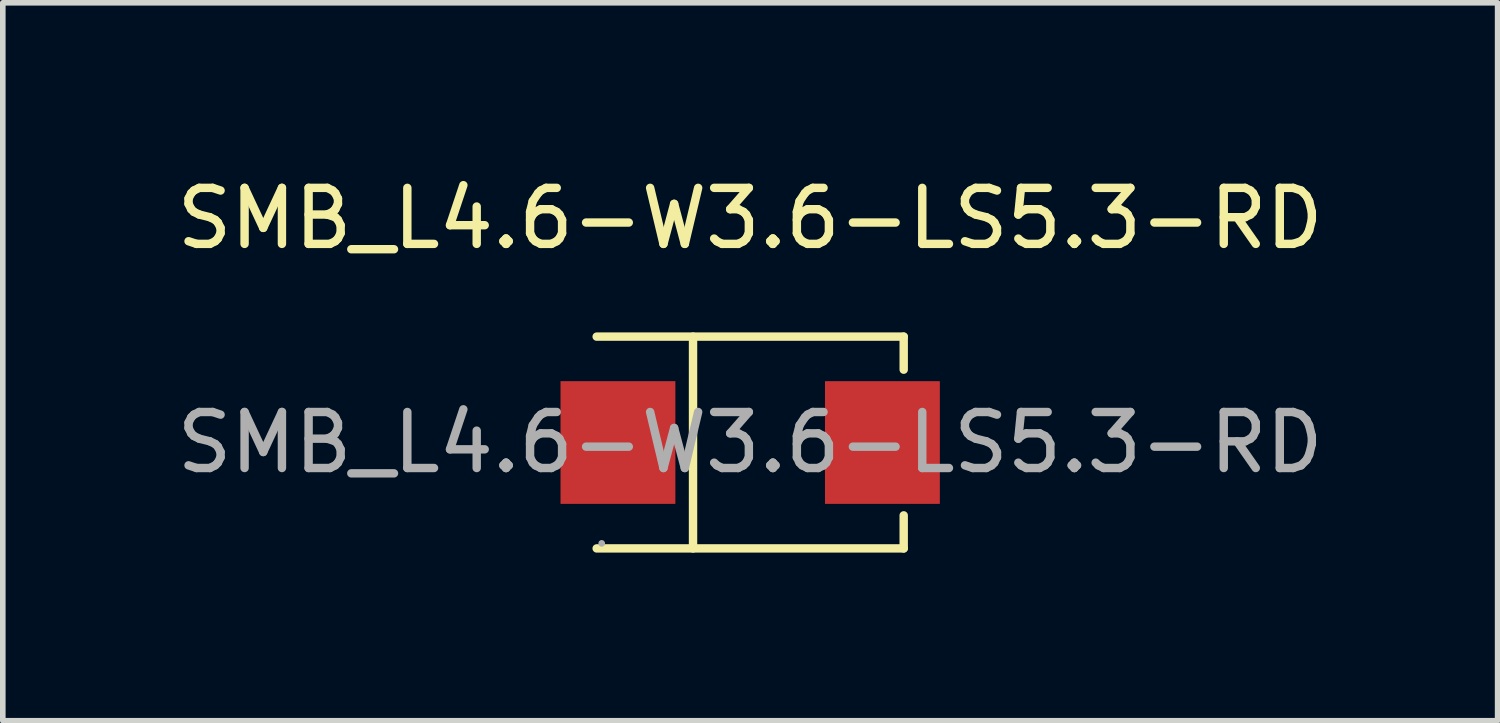
<source format=kicad_pcb>
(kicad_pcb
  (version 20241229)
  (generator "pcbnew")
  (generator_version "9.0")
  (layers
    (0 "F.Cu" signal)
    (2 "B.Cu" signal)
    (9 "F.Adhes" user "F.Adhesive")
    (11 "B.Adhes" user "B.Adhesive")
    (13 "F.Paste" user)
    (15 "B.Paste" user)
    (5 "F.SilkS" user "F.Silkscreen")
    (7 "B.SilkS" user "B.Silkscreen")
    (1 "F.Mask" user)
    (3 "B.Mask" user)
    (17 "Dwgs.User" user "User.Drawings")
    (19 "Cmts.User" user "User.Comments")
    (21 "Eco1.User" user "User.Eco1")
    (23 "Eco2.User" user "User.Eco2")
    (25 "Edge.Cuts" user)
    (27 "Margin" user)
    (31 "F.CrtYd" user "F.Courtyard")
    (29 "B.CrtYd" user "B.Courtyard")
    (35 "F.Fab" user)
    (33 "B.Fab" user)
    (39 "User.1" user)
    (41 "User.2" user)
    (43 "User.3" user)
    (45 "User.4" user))
  (footprint "SMB_L4.6-W3.6-LS5.3-RD"
    (layer "F.Cu")
    (at 10.339 4.848)
    (property "Reference" "SMB_L4.6-W3.6-LS5.3-RD" (at 0 -4 0) (layer "F.SilkS") (effects (font (size 1 1) (thickness 0.15))))
    (attr smd)
    (fp_line (start -2.74 -1.89) (end 2.74 -1.89) (stroke (width 0.15) (type solid)) (layer "F.SilkS"))
    (fp_line (start -2.74 1.89) (end 2.74 1.89) (stroke (width 0.15) (type solid)) (layer "F.SilkS"))
    (fp_line (start -1.02 -1.89) (end -1.02 1.89) (stroke (width 0.15) (type solid)) (layer "F.SilkS"))
    (fp_line (start 2.74 -1.89) (end 2.74 -1.3) (stroke (width 0.15) (type solid)) (layer "F.SilkS"))
    (fp_line (start 2.74 1.89) (end 2.74 1.3) (stroke (width 0.15) (type solid)) (layer "F.SilkS"))
    (fp_circle (center -2.65 1.8) (end -2.62 1.8) (stroke (width 0.06) (type solid)) (fill no) (layer "F.Fab"))
    (fp_text user "${REFERENCE}" (at 0 0 0) (layer "F.Fab") (effects (font (size 1 1) (thickness 0.15))))
    (pad "1" smd rect (at -2.36 0) (size 2.05 2.19) (layers "F.Cu" "F.Mask" "F.Paste"))
    (pad "2" smd rect (at 2.36 0) (size 2.05 2.19) (layers "F.Cu" "F.Mask" "F.Paste")))
  (gr_rect
    (start -3 -3)
    (end 23.679 9.813)
    (stroke (width 0.1) (type default))
    (fill no)
    (layer "Edge.Cuts")))
</source>
